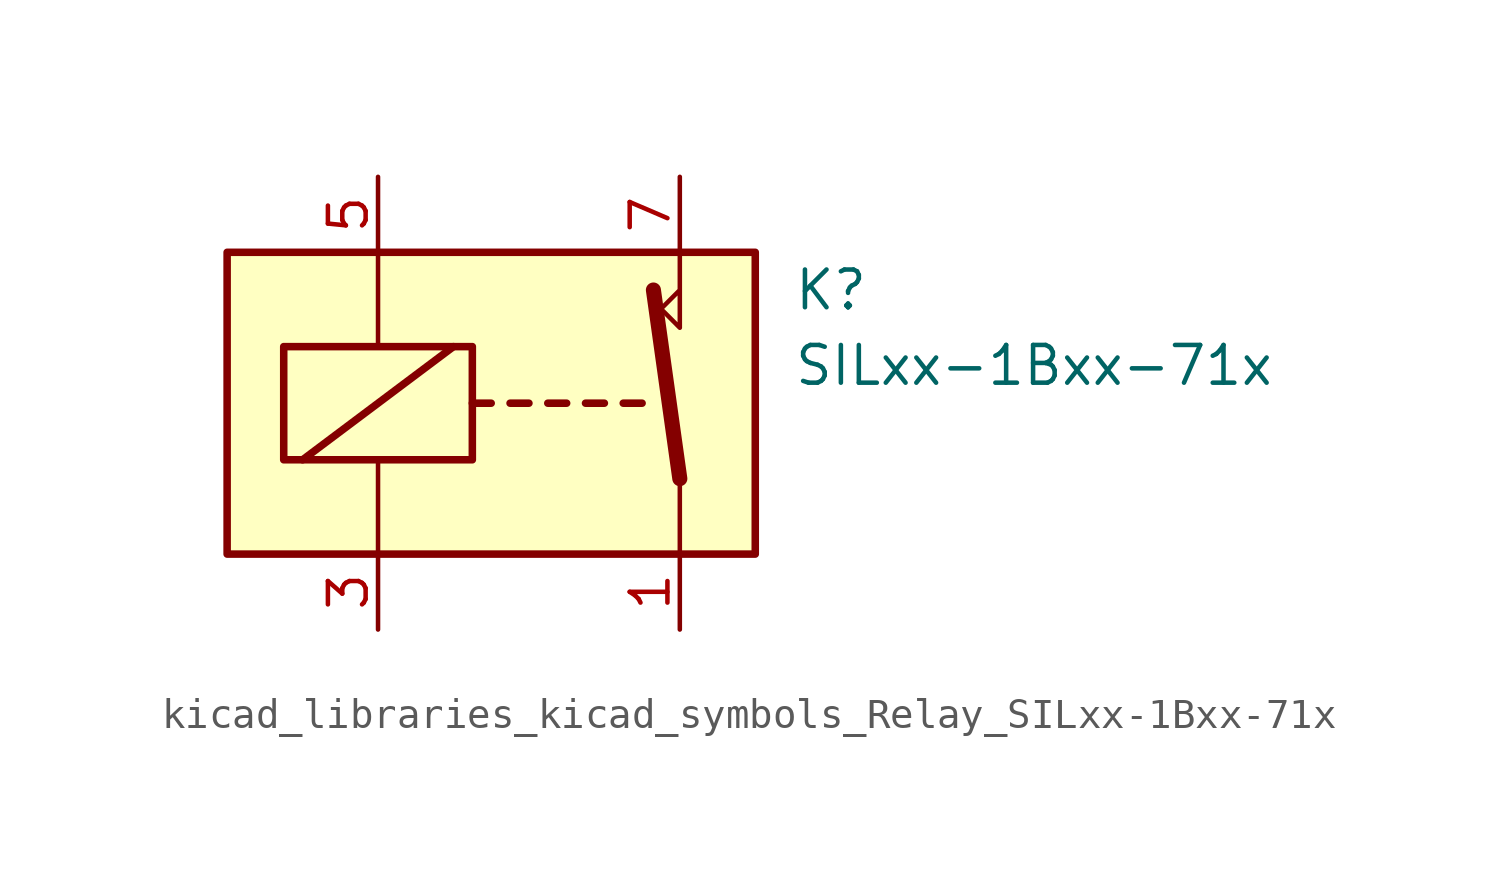
<source format=kicad_sym>
(kicad_symbol_lib
  (version 20220914)
  (generator kicad_symbol_editor)
  (symbol "kicad_libraries_kicad_symbols_Relay_SILxx-1Bxx-71x"
    (property "Reference" "K"
      (at 8.89 3.81 0)
      (effects (font (size 1.27 1.27)) (justify left)))
    (property "Value" "SILxx-1Bxx-71x"
      (at 8.89 1.27 0)
      (effects (font (size 1.27 1.27)) (justify left)))
    (symbol "kicad_libraries_kicad_symbols_Relay_SILxx-1Bxx-71x_0_0"
      (polyline (pts (xy 5.08 5.08) (xy 5.08 2.54) (xy 4.445 3.175) (xy 5.08 3.81)) (stroke (width 0) (type default)) (fill (type none))))
    (symbol "kicad_libraries_kicad_symbols_Relay_SILxx-1Bxx-71x_0_1"
      (rectangle (start -10.16 5.08) (end 7.62 -5.08) (stroke (width 0.254) (type default)) (fill (type background)))
      (rectangle (start -8.255 1.905) (end -1.905 -1.905) (stroke (width 0.254) (type default)) (fill (type none)))
      (polyline (pts (xy -7.62 -1.905) (xy -2.54 1.905)) (stroke (width 0.254) (type default)) (fill (type none)))
      (polyline (pts (xy -5.08 -5.08) (xy -5.08 -1.905)) (stroke (width 0) (type default)) (fill (type none)))
      (polyline (pts (xy -5.08 5.08) (xy -5.08 1.905)) (stroke (width 0) (type default)) (fill (type none)))
      (polyline (pts (xy -1.905 0) (xy -1.27 0)) (stroke (width 0.254) (type default)) (fill (type none)))
      (polyline (pts (xy -0.635 0) (xy 0 0)) (stroke (width 0.254) (type default)) (fill (type none)))
      (polyline (pts (xy 0.635 0) (xy 1.27 0)) (stroke (width 0.254) (type default)) (fill (type none)))
      (polyline (pts (xy 1.905 0) (xy 2.54 0)) (stroke (width 0.254) (type default)) (fill (type none)))
      (polyline (pts (xy 3.175 0) (xy 3.81 0)) (stroke (width 0.254) (type default)) (fill (type none)))
      (polyline (pts (xy 5.08 -2.54) (xy 4.191 3.81)) (stroke (width 0.508) (type default)) (fill (type none)))
      (polyline (pts (xy 5.08 -2.54) (xy 5.08 -5.08)) (stroke (width 0) (type default)) (fill (type none))))
    (symbol "kicad_libraries_kicad_symbols_Relay_SILxx-1Bxx-71x_1_1"
      (pin passive line (at 5.08 -7.62 90) (length 2.54) (name "~" (effects (font (size 1.27 1.27)))) (number "1" (effects (font (size 1.27 1.27)))))
      (pin passive line (at -5.08 -7.62 90) (length 2.54) (name "~" (effects (font (size 1.27 1.27)))) (number "3" (effects (font (size 1.27 1.27)))))
      (pin passive line (at -5.08 7.62 270) (length 2.54) (name "~" (effects (font (size 1.27 1.27)))) (number "5" (effects (font (size 1.27 1.27)))))
      (pin passive line (at 5.08 7.62 270) (length 2.54) (name "~" (effects (font (size 1.27 1.27)))) (number "7" (effects (font (size 1.27 1.27))))))))
</source>
